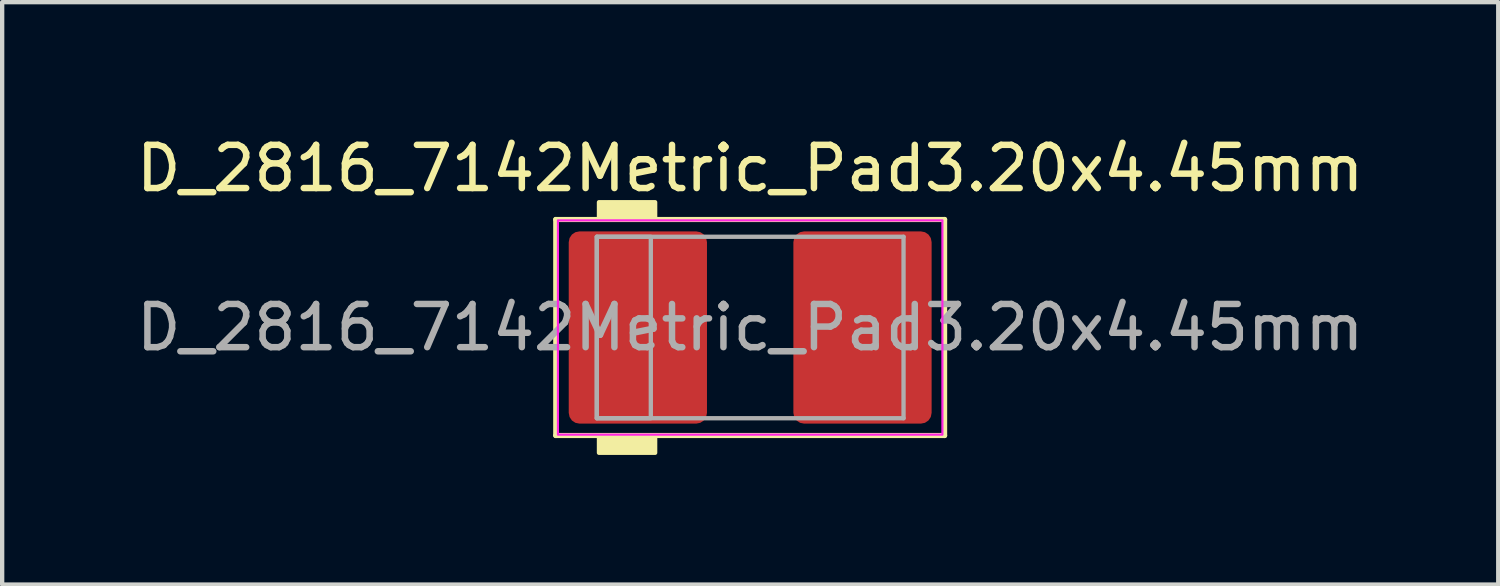
<source format=kicad_pcb>
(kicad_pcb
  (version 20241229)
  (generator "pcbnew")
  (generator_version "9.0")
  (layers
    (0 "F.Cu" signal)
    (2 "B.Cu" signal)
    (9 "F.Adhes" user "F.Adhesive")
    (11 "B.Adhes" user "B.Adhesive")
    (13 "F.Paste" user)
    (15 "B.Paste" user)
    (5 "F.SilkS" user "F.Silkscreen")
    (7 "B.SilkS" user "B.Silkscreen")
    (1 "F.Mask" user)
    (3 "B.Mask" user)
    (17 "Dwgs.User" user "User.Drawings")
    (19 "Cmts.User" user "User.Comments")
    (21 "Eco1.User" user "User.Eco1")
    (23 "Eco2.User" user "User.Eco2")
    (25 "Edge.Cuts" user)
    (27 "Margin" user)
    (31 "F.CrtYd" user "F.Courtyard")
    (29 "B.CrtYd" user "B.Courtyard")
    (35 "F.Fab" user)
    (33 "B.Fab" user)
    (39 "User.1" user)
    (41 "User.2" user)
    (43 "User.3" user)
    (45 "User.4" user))
  (footprint "D_2816_7142Metric_Pad3.20x4.45mm"
    (layer "F.Cu")
    (at 14.315 4.531)
    (property "Reference" "D_2816_7142Metric_Pad3.20x4.45mm" (at 0 -3.683 0) (layer "F.SilkS") (effects (font (size 1 1) (thickness 0.15))))
    (attr smd)
    (fp_line (start -4.5 -2.5) (end -4.5 2.5) (stroke (width 0.12) (type solid)) (layer "F.SilkS"))
    (fp_line (start -4.5 2.5) (end 4.5 2.5) (stroke (width 0.12) (type solid)) (layer "F.SilkS"))
    (fp_line (start 4.5 -2.5) (end -4.5 -2.5) (stroke (width 0.12) (type solid)) (layer "F.SilkS"))
    (fp_line (start 4.5 2.5) (end 4.5 -2.5) (stroke (width 0.12) (type solid)) (layer "F.SilkS"))
    (fp_poly (pts (xy -2.2 -2.5) (xy -3.5 -2.5) (xy -3.5 -2.9) (xy -2.2 -2.9)) (stroke (width 0.1) (type solid)) (fill yes) (layer "F.SilkS"))
    (fp_poly (pts (xy -2.2 2.9) (xy -3.5 2.9) (xy -3.5 2.5) (xy -2.2 2.5)) (stroke (width 0.1) (type solid)) (fill yes) (layer "F.SilkS"))
    (fp_rect (start -4.45 -2.48) (end 4.45 2.48) (stroke (width 0.05) (type solid)) (fill no) (layer "F.CrtYd"))
    (fp_line (start -3.55 -2.1) (end -3.55 2.1) (stroke (width 0.1) (type solid)) (layer "F.Fab"))
    (fp_line (start -3.55 2.1) (end 3.55 2.1) (stroke (width 0.1) (type solid)) (layer "F.Fab"))
    (fp_line (start 3.55 -2.1) (end -3.55 -2.1) (stroke (width 0.1) (type solid)) (layer "F.Fab"))
    (fp_line (start 3.55 2.1) (end 3.55 -2.1) (stroke (width 0.1) (type solid)) (layer "F.Fab"))
    (fp_rect (start -3.55 -2.1) (end -2.3 2.1) (stroke (width 0.1) (type solid)) (fill no) (layer "F.Fab"))
    (fp_text user "${REFERENCE}" (at 0 0 0) (layer "F.Fab") (effects (font (size 1 1) (thickness 0.15))))
    (pad "1" smd roundrect (at -2.6 0) (size 3.2 4.45) (layers "F.Cu" "F.Mask" "F.Paste") (roundrect_rratio 0.078))
    (pad "2" smd roundrect (at 2.6 0) (size 3.2 4.45) (layers "F.Cu" "F.Mask" "F.Paste") (roundrect_rratio 0.078)))
  (gr_rect
    (start -3 -3)
    (end 31.631 10.481)
    (stroke (width 0.1) (type default))
    (fill no)
    (layer "Edge.Cuts")))
</source>
